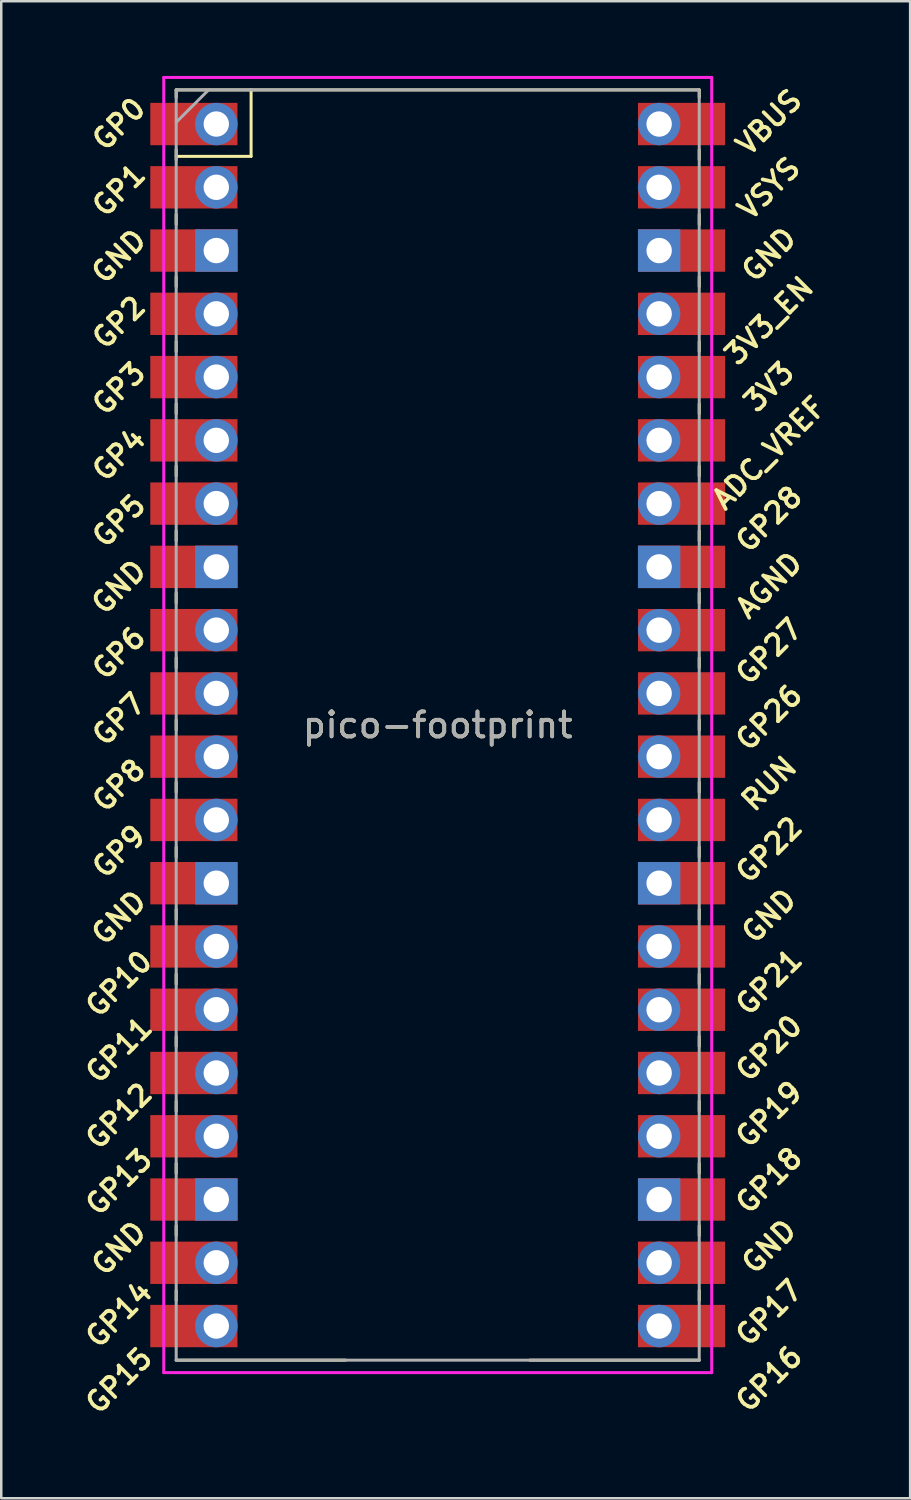
<source format=kicad_pcb>
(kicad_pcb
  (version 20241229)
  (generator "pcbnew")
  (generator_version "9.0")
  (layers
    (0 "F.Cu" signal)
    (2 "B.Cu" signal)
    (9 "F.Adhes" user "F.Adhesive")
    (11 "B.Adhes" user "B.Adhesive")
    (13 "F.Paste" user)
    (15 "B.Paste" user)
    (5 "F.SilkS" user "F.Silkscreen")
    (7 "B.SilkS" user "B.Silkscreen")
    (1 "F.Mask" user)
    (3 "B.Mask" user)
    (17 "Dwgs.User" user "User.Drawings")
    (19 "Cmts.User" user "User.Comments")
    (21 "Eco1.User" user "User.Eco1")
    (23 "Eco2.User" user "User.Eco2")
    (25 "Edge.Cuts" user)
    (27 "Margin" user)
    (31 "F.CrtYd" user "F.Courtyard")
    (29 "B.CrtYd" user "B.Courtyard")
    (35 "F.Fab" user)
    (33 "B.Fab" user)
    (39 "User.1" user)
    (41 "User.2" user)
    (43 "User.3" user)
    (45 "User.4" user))
  (footprint "pico-footprint"
    (layer "F.Cu")
    (at 14.524 26.06)
    (property "Reference" "pico-footprint" (at 0 0 0) (layer "F.SilkS") (effects (font (size 1 1) (thickness 0.15))))
    (attr through_hole)
    (fp_line (start -10.5 -25.5) (end -10.5 -25.2) (stroke (width 0.12) (type solid)) (layer "F.SilkS"))
    (fp_line (start -10.5 -25.5) (end 10.5 -25.5) (stroke (width 0.12) (type solid)) (layer "F.SilkS"))
    (fp_line (start -10.5 -23.1) (end -10.5 -22.7) (stroke (width 0.12) (type solid)) (layer "F.SilkS"))
    (fp_line (start -10.5 -22.833) (end -7.493 -22.833) (stroke (width 0.12) (type solid)) (layer "F.SilkS"))
    (fp_line (start -10.5 -20.5) (end -10.5 -20.1) (stroke (width 0.12) (type solid)) (layer "F.SilkS"))
    (fp_line (start -10.5 -18) (end -10.5 -17.6) (stroke (width 0.12) (type solid)) (layer "F.SilkS"))
    (fp_line (start -10.5 -15.4) (end -10.5 -15) (stroke (width 0.12) (type solid)) (layer "F.SilkS"))
    (fp_line (start -10.5 -12.9) (end -10.5 -12.5) (stroke (width 0.12) (type solid)) (layer "F.SilkS"))
    (fp_line (start -10.5 -10.4) (end -10.5 -10) (stroke (width 0.12) (type solid)) (layer "F.SilkS"))
    (fp_line (start -10.5 -7.8) (end -10.5 -7.4) (stroke (width 0.12) (type solid)) (layer "F.SilkS"))
    (fp_line (start -10.5 -5.3) (end -10.5 -4.9) (stroke (width 0.12) (type solid)) (layer "F.SilkS"))
    (fp_line (start -10.5 -2.7) (end -10.5 -2.3) (stroke (width 0.12) (type solid)) (layer "F.SilkS"))
    (fp_line (start -10.5 -0.2) (end -10.5 0.2) (stroke (width 0.12) (type solid)) (layer "F.SilkS"))
    (fp_line (start -10.5 2.3) (end -10.5 2.7) (stroke (width 0.12) (type solid)) (layer "F.SilkS"))
    (fp_line (start -10.5 4.9) (end -10.5 5.3) (stroke (width 0.12) (type solid)) (layer "F.SilkS"))
    (fp_line (start -10.5 7.4) (end -10.5 7.8) (stroke (width 0.12) (type solid)) (layer "F.SilkS"))
    (fp_line (start -10.5 10) (end -10.5 10.4) (stroke (width 0.12) (type solid)) (layer "F.SilkS"))
    (fp_line (start -10.5 12.5) (end -10.5 12.9) (stroke (width 0.12) (type solid)) (layer "F.SilkS"))
    (fp_line (start -10.5 15.1) (end -10.5 15.5) (stroke (width 0.12) (type solid)) (layer "F.SilkS"))
    (fp_line (start -10.5 17.6) (end -10.5 18) (stroke (width 0.12) (type solid)) (layer "F.SilkS"))
    (fp_line (start -10.5 20.1) (end -10.5 20.5) (stroke (width 0.12) (type solid)) (layer "F.SilkS"))
    (fp_line (start -10.5 22.7) (end -10.5 23.1) (stroke (width 0.12) (type solid)) (layer "F.SilkS"))
    (fp_line (start -7.493 -22.833) (end -7.493 -25.5) (stroke (width 0.12) (type solid)) (layer "F.SilkS"))
    (fp_line (start -3.7 25.5) (end -10.5 25.5) (stroke (width 0.12) (type solid)) (layer "F.SilkS"))
    (fp_line (start 10.5 -25.5) (end 10.5 -25.2) (stroke (width 0.12) (type solid)) (layer "F.SilkS"))
    (fp_line (start 10.5 -23.1) (end 10.5 -22.7) (stroke (width 0.12) (type solid)) (layer "F.SilkS"))
    (fp_line (start 10.5 -20.5) (end 10.5 -20.1) (stroke (width 0.12) (type solid)) (layer "F.SilkS"))
    (fp_line (start 10.5 -18) (end 10.5 -17.6) (stroke (width 0.12) (type solid)) (layer "F.SilkS"))
    (fp_line (start 10.5 -15.4) (end 10.5 -15) (stroke (width 0.12) (type solid)) (layer "F.SilkS"))
    (fp_line (start 10.5 -12.9) (end 10.5 -12.5) (stroke (width 0.12) (type solid)) (layer "F.SilkS"))
    (fp_line (start 10.5 -10.4) (end 10.5 -10) (stroke (width 0.12) (type solid)) (layer "F.SilkS"))
    (fp_line (start 10.5 -7.8) (end 10.5 -7.4) (stroke (width 0.12) (type solid)) (layer "F.SilkS"))
    (fp_line (start 10.5 -5.3) (end 10.5 -4.9) (stroke (width 0.12) (type solid)) (layer "F.SilkS"))
    (fp_line (start 10.5 -2.7) (end 10.5 -2.3) (stroke (width 0.12) (type solid)) (layer "F.SilkS"))
    (fp_line (start 10.5 -0.2) (end 10.5 0.2) (stroke (width 0.12) (type solid)) (layer "F.SilkS"))
    (fp_line (start 10.5 2.3) (end 10.5 2.7) (stroke (width 0.12) (type solid)) (layer "F.SilkS"))
    (fp_line (start 10.5 4.9) (end 10.5 5.3) (stroke (width 0.12) (type solid)) (layer "F.SilkS"))
    (fp_line (start 10.5 7.4) (end 10.5 7.8) (stroke (width 0.12) (type solid)) (layer "F.SilkS"))
    (fp_line (start 10.5 10) (end 10.5 10.4) (stroke (width 0.12) (type solid)) (layer "F.SilkS"))
    (fp_line (start 10.5 12.5) (end 10.5 12.9) (stroke (width 0.12) (type solid)) (layer "F.SilkS"))
    (fp_line (start 10.5 15.1) (end 10.5 15.5) (stroke (width 0.12) (type solid)) (layer "F.SilkS"))
    (fp_line (start 10.5 17.6) (end 10.5 18) (stroke (width 0.12) (type solid)) (layer "F.SilkS"))
    (fp_line (start 10.5 20.1) (end 10.5 20.5) (stroke (width 0.12) (type solid)) (layer "F.SilkS"))
    (fp_line (start 10.5 22.7) (end 10.5 23.1) (stroke (width 0.12) (type solid)) (layer "F.SilkS"))
    (fp_line (start 10.5 25.5) (end 3.7 25.5) (stroke (width 0.12) (type solid)) (layer "F.SilkS"))
    (fp_line (start -11 -26) (end 11 -26) (stroke (width 0.12) (type solid)) (layer "F.CrtYd"))
    (fp_line (start -11 26) (end -11 -26) (stroke (width 0.12) (type solid)) (layer "F.CrtYd"))
    (fp_line (start 11 -26) (end 11 26) (stroke (width 0.12) (type solid)) (layer "F.CrtYd"))
    (fp_line (start 11 26) (end -11 26) (stroke (width 0.12) (type solid)) (layer "F.CrtYd"))
    (fp_line (start -10.5 -25.5) (end 10.5 -25.5) (stroke (width 0.12) (type solid)) (layer "F.Fab"))
    (fp_line (start -10.5 -24.2) (end -9.2 -25.5) (stroke (width 0.12) (type solid)) (layer "F.Fab"))
    (fp_line (start -10.5 25.5) (end -10.5 -25.5) (stroke (width 0.12) (type solid)) (layer "F.Fab"))
    (fp_line (start 10.5 -25.5) (end 10.5 25.5) (stroke (width 0.12) (type solid)) (layer "F.Fab"))
    (fp_line (start 10.5 25.5) (end -10.5 25.5) (stroke (width 0.12) (type solid)) (layer "F.Fab"))
    (fp_text user "GP26" (at 13.3 -0.303 45) (layer "F.SilkS") (effects (font (size 0.8 0.8) (thickness 0.15))))
    (fp_text user "GND" (at 13.3 20.939 45) (layer "F.SilkS") (effects (font (size 0.8 0.8) (thickness 0.15))))
    (fp_text user "RUN" (at 13.3 2.353 45) (layer "F.SilkS") (effects (font (size 0.8 0.8) (thickness 0.15))))
    (fp_text user "GND" (at 13.3 -18.889 45) (layer "F.SilkS") (effects (font (size 0.8 0.8) (thickness 0.15))))
    (fp_text user "3V3_EN" (at 13.3 -16.234 45) (layer "F.SilkS") (effects (font (size 0.8 0.8) (thickness 0.15))))
    (fp_text user "GP9" (at -12.8 5.078 45) (layer "F.SilkS") (effects (font (size 0.8 0.8) (thickness 0.15))))
    (fp_text user "GP14" (at -12.8 23.665 45) (layer "F.SilkS") (effects (font (size 0.8 0.8) (thickness 0.15))))
    (fp_text user "GP18" (at 13.3 18.284 45) (layer "F.SilkS") (effects (font (size 0.8 0.8) (thickness 0.15))))
    (fp_text user "GP28" (at 13.3 -8.268 45) (layer "F.SilkS") (effects (font (size 0.8 0.8) (thickness 0.15))))
    (fp_text user "3V3" (at 13.3 -13.579 45) (layer "F.SilkS") (effects (font (size 0.8 0.8) (thickness 0.15))))
    (fp_text user "GND" (at -12.8 7.733 45) (layer "F.SilkS") (effects (font (size 0.8 0.8) (thickness 0.15))))
    (fp_text user "GP2" (at -12.8 -16.164 45) (layer "F.SilkS") (effects (font (size 0.8 0.8) (thickness 0.15))))
    (fp_text user "GP4" (at -12.8 -10.854 45) (layer "F.SilkS") (effects (font (size 0.8 0.8) (thickness 0.15))))
    (fp_text user "GP12" (at -12.8 15.699 45) (layer "F.SilkS") (effects (font (size 0.8 0.8) (thickness 0.15))))
    (fp_text user "GP17" (at 13.3 23.595 45) (layer "F.SilkS") (effects (font (size 0.8 0.8) (thickness 0.15))))
    (fp_text user "GP10" (at -12.8 10.388 45) (layer "F.SilkS") (effects (font (size 0.8 0.8) (thickness 0.15))))
    (fp_text user "GP5" (at -12.8 -8.198 45) (layer "F.SilkS") (effects (font (size 0.8 0.8) (thickness 0.15))))
    (fp_text user "GP22" (at 13.3 5.008 45) (layer "F.SilkS") (effects (font (size 0.8 0.8) (thickness 0.15))))
    (fp_text user "GP8" (at -12.8 2.423 45) (layer "F.SilkS") (effects (font (size 0.8 0.8) (thickness 0.15))))
    (fp_text user "GP13" (at -12.8 18.354 45) (layer "F.SilkS") (effects (font (size 0.8 0.8) (thickness 0.15))))
    (fp_text user "VBUS" (at 13.3 -24.2 45) (layer "F.SilkS") (effects (font (size 0.8 0.8) (thickness 0.15))))
    (fp_text user "GND" (at -12.8 21.009 45) (layer "F.SilkS") (effects (font (size 0.8 0.8) (thickness 0.15))))
    (fp_text user "GP3" (at -12.8 -13.509 45) (layer "F.SilkS") (effects (font (size 0.8 0.8) (thickness 0.15))))
    (fp_text user "GP21" (at 13.3 10.318 45) (layer "F.SilkS") (effects (font (size 0.8 0.8) (thickness 0.15))))
    (fp_text user "VSYS" (at 13.3 -21.545 45) (layer "F.SilkS") (effects (font (size 0.8 0.8) (thickness 0.15))))
    (fp_text user "GP6" (at -12.8 -2.888 45) (layer "F.SilkS") (effects (font (size 0.8 0.8) (thickness 0.15))))
    (fp_text user "GND" (at 13.3 7.663 45) (layer "F.SilkS") (effects (font (size 0.8 0.8) (thickness 0.15))))
    (fp_text user "GP1" (at -12.8 -21.475 45) (layer "F.SilkS") (effects (font (size 0.8 0.8) (thickness 0.15))))
    (fp_text user "GP15" (at -12.8 26.32 45) (layer "F.SilkS") (effects (font (size 0.8 0.8) (thickness 0.15))))
    (fp_text user "GP7" (at -12.8 -0.233 45) (layer "F.SilkS") (effects (font (size 0.8 0.8) (thickness 0.15))))
    (fp_text user "GP20" (at 13.3 12.974 45) (layer "F.SilkS") (effects (font (size 0.8 0.8) (thickness 0.15))))
    (fp_text user "ADC_VREF" (at 13.3 -10.924 45) (layer "F.SilkS") (effects (font (size 0.8 0.8) (thickness 0.15))))
    (fp_text user "GP19" (at 13.3 15.629 45) (layer "F.SilkS") (effects (font (size 0.8 0.8) (thickness 0.15))))
    (fp_text user "GP11" (at -12.8 13.044 45) (layer "F.SilkS") (effects (font (size 0.8 0.8) (thickness 0.15))))
    (fp_text user "GP27" (at 13.3 -2.958 45) (layer "F.SilkS") (effects (font (size 0.8 0.8) (thickness 0.15))))
    (fp_text user "GP0" (at -12.8 -24.13 45) (layer "F.SilkS") (effects (font (size 0.8 0.8) (thickness 0.15))))
    (fp_text user "AGND" (at 13.3 -5.613 45) (layer "F.SilkS") (effects (font (size 0.8 0.8) (thickness 0.15))))
    (fp_text user "GND" (at -12.8 -5.543 45) (layer "F.SilkS") (effects (font (size 0.8 0.8) (thickness 0.15))))
    (fp_text user "GND" (at -12.8 -18.819 45) (layer "F.SilkS") (effects (font (size 0.8 0.8) (thickness 0.15))))
    (fp_text user "GP16" (at 13.3 26.25 45) (layer "F.SilkS") (effects (font (size 0.8 0.8) (thickness 0.15))))
    (fp_text user "${REFERENCE}" (at 0 0 180) (layer "F.Fab") (effects (font (size 1 1) (thickness 0.15))))
    (pad "1" thru_hole oval (at -8.89 -24.13) (size 1.7 1.7) (drill 1.02) (layers "*.Cu" "*.Mask"))
    (pad "1" smd rect (at -8.89 -24.13) (size 3.5 1.7) (drill (offset -0.9 0)) (layers "F.Cu" "F.Mask"))
    (pad "2" thru_hole oval (at -8.89 -21.59) (size 1.7 1.7) (drill 1.02) (layers "*.Cu" "*.Mask"))
    (pad "2" smd rect (at -8.89 -21.59) (size 3.5 1.7) (drill (offset -0.9 0)) (layers "F.Cu" "F.Mask"))
    (pad "3" thru_hole rect (at -8.89 -19.05) (size 1.7 1.7) (drill 1.02) (layers "*.Cu" "*.Mask"))
    (pad "3" smd rect (at -8.89 -19.05) (size 3.5 1.7) (drill (offset -0.9 0)) (layers "F.Cu" "F.Mask"))
    (pad "4" thru_hole oval (at -8.89 -16.51) (size 1.7 1.7) (drill 1.02) (layers "*.Cu" "*.Mask"))
    (pad "4" smd rect (at -8.89 -16.51) (size 3.5 1.7) (drill (offset -0.9 0)) (layers "F.Cu" "F.Mask"))
    (pad "5" thru_hole oval (at -8.89 -13.97) (size 1.7 1.7) (drill 1.02) (layers "*.Cu" "*.Mask"))
    (pad "5" smd rect (at -8.89 -13.97) (size 3.5 1.7) (drill (offset -0.9 0)) (layers "F.Cu" "F.Mask"))
    (pad "6" thru_hole oval (at -8.89 -11.43) (size 1.7 1.7) (drill 1.02) (layers "*.Cu" "*.Mask"))
    (pad "6" smd rect (at -8.89 -11.43) (size 3.5 1.7) (drill (offset -0.9 0)) (layers "F.Cu" "F.Mask"))
    (pad "7" thru_hole oval (at -8.89 -8.89) (size 1.7 1.7) (drill 1.02) (layers "*.Cu" "*.Mask"))
    (pad "7" smd rect (at -8.89 -8.89) (size 3.5 1.7) (drill (offset -0.9 0)) (layers "F.Cu" "F.Mask"))
    (pad "8" thru_hole rect (at -8.89 -6.35) (size 1.7 1.7) (drill 1.02) (layers "*.Cu" "*.Mask"))
    (pad "8" smd rect (at -8.89 -6.35) (size 3.5 1.7) (drill (offset -0.9 0)) (layers "F.Cu" "F.Mask"))
    (pad "9" thru_hole oval (at -8.89 -3.81) (size 1.7 1.7) (drill 1.02) (layers "*.Cu" "*.Mask"))
    (pad "9" smd rect (at -8.89 -3.81) (size 3.5 1.7) (drill (offset -0.9 0)) (layers "F.Cu" "F.Mask"))
    (pad "10" thru_hole oval (at -8.89 -1.27) (size 1.7 1.7) (drill 1.02) (layers "*.Cu" "*.Mask"))
    (pad "10" smd rect (at -8.89 -1.27) (size 3.5 1.7) (drill (offset -0.9 0)) (layers "F.Cu" "F.Mask"))
    (pad "11" thru_hole oval (at -8.89 1.27) (size 1.7 1.7) (drill 1.02) (layers "*.Cu" "*.Mask"))
    (pad "11" smd rect (at -8.89 1.27) (size 3.5 1.7) (drill (offset -0.9 0)) (layers "F.Cu" "F.Mask"))
    (pad "12" thru_hole oval (at -8.89 3.81) (size 1.7 1.7) (drill 1.02) (layers "*.Cu" "*.Mask"))
    (pad "12" smd rect (at -8.89 3.81) (size 3.5 1.7) (drill (offset -0.9 0)) (layers "F.Cu" "F.Mask"))
    (pad "13" thru_hole rect (at -8.89 6.35) (size 1.7 1.7) (drill 1.02) (layers "*.Cu" "*.Mask"))
    (pad "13" smd rect (at -8.89 6.35) (size 3.5 1.7) (drill (offset -0.9 0)) (layers "F.Cu" "F.Mask"))
    (pad "14" thru_hole oval (at -8.89 8.89) (size 1.7 1.7) (drill 1.02) (layers "*.Cu" "*.Mask"))
    (pad "14" smd rect (at -8.89 8.89) (size 3.5 1.7) (drill (offset -0.9 0)) (layers "F.Cu" "F.Mask"))
    (pad "15" thru_hole oval (at -8.89 11.43) (size 1.7 1.7) (drill 1.02) (layers "*.Cu" "*.Mask"))
    (pad "15" smd rect (at -8.89 11.43) (size 3.5 1.7) (drill (offset -0.9 0)) (layers "F.Cu" "F.Mask"))
    (pad "16" thru_hole oval (at -8.89 13.97) (size 1.7 1.7) (drill 1.02) (layers "*.Cu" "*.Mask"))
    (pad "16" smd rect (at -8.89 13.97) (size 3.5 1.7) (drill (offset -0.9 0)) (layers "F.Cu" "F.Mask"))
    (pad "17" thru_hole oval (at -8.89 16.51) (size 1.7 1.7) (drill 1.02) (layers "*.Cu" "*.Mask"))
    (pad "17" smd rect (at -8.89 16.51) (size 3.5 1.7) (drill (offset -0.9 0)) (layers "F.Cu" "F.Mask"))
    (pad "18" thru_hole rect (at -8.89 19.05) (size 1.7 1.7) (drill 1.02) (layers "*.Cu" "*.Mask"))
    (pad "18" smd rect (at -8.89 19.05) (size 3.5 1.7) (drill (offset -0.9 0)) (layers "F.Cu" "F.Mask"))
    (pad "19" thru_hole oval (at -8.89 21.59) (size 1.7 1.7) (drill 1.02) (layers "*.Cu" "*.Mask"))
    (pad "19" smd rect (at -8.89 21.59) (size 3.5 1.7) (drill (offset -0.9 0)) (layers "F.Cu" "F.Mask"))
    (pad "20" thru_hole oval (at -8.89 24.13) (size 1.7 1.7) (drill 1.02) (layers "*.Cu" "*.Mask"))
    (pad "20" smd rect (at -8.89 24.13) (size 3.5 1.7) (drill (offset -0.9 0)) (layers "F.Cu" "F.Mask"))
    (pad "21" thru_hole oval (at 8.89 24.13) (size 1.7 1.7) (drill 1.02) (layers "*.Cu" "*.Mask"))
    (pad "21" smd rect (at 8.89 24.13) (size 3.5 1.7) (drill (offset 0.9 0)) (layers "F.Cu" "F.Mask"))
    (pad "22" thru_hole oval (at 8.89 21.59) (size 1.7 1.7) (drill 1.02) (layers "*.Cu" "*.Mask"))
    (pad "22" smd rect (at 8.89 21.59) (size 3.5 1.7) (drill (offset 0.9 0)) (layers "F.Cu" "F.Mask"))
    (pad "23" thru_hole rect (at 8.89 19.05) (size 1.7 1.7) (drill 1.02) (layers "*.Cu" "*.Mask"))
    (pad "23" smd rect (at 8.89 19.05) (size 3.5 1.7) (drill (offset 0.9 0)) (layers "F.Cu" "F.Mask"))
    (pad "24" thru_hole oval (at 8.89 16.51) (size 1.7 1.7) (drill 1.02) (layers "*.Cu" "*.Mask"))
    (pad "24" smd rect (at 8.89 16.51) (size 3.5 1.7) (drill (offset 0.9 0)) (layers "F.Cu" "F.Mask"))
    (pad "25" thru_hole oval (at 8.89 13.97) (size 1.7 1.7) (drill 1.02) (layers "*.Cu" "*.Mask"))
    (pad "25" smd rect (at 8.89 13.97) (size 3.5 1.7) (drill (offset 0.9 0)) (layers "F.Cu" "F.Mask"))
    (pad "26" thru_hole oval (at 8.89 11.43) (size 1.7 1.7) (drill 1.02) (layers "*.Cu" "*.Mask"))
    (pad "26" smd rect (at 8.89 11.43) (size 3.5 1.7) (drill (offset 0.9 0)) (layers "F.Cu" "F.Mask"))
    (pad "27" thru_hole oval (at 8.89 8.89) (size 1.7 1.7) (drill 1.02) (layers "*.Cu" "*.Mask"))
    (pad "27" smd rect (at 8.89 8.89) (size 3.5 1.7) (drill (offset 0.9 0)) (layers "F.Cu" "F.Mask"))
    (pad "28" thru_hole rect (at 8.89 6.35) (size 1.7 1.7) (drill 1.02) (layers "*.Cu" "*.Mask"))
    (pad "28" smd rect (at 8.89 6.35) (size 3.5 1.7) (drill (offset 0.9 0)) (layers "F.Cu" "F.Mask"))
    (pad "29" thru_hole oval (at 8.89 3.81) (size 1.7 1.7) (drill 1.02) (layers "*.Cu" "*.Mask"))
    (pad "29" smd rect (at 8.89 3.81) (size 3.5 1.7) (drill (offset 0.9 0)) (layers "F.Cu" "F.Mask"))
    (pad "30" thru_hole oval (at 8.89 1.27) (size 1.7 1.7) (drill 1.02) (layers "*.Cu" "*.Mask"))
    (pad "30" smd rect (at 8.89 1.27) (size 3.5 1.7) (drill (offset 0.9 0)) (layers "F.Cu" "F.Mask"))
    (pad "31" thru_hole oval (at 8.89 -1.27) (size 1.7 1.7) (drill 1.02) (layers "*.Cu" "*.Mask"))
    (pad "31" smd rect (at 8.89 -1.27) (size 3.5 1.7) (drill (offset 0.9 0)) (layers "F.Cu" "F.Mask"))
    (pad "32" thru_hole oval (at 8.89 -3.81) (size 1.7 1.7) (drill 1.02) (layers "*.Cu" "*.Mask"))
    (pad "32" smd rect (at 8.89 -3.81) (size 3.5 1.7) (drill (offset 0.9 0)) (layers "F.Cu" "F.Mask"))
    (pad "33" thru_hole rect (at 8.89 -6.35) (size 1.7 1.7) (drill 1.02) (layers "*.Cu" "*.Mask"))
    (pad "33" smd rect (at 8.89 -6.35) (size 3.5 1.7) (drill (offset 0.9 0)) (layers "F.Cu" "F.Mask"))
    (pad "34" thru_hole oval (at 8.89 -8.89) (size 1.7 1.7) (drill 1.02) (layers "*.Cu" "*.Mask"))
    (pad "34" smd rect (at 8.89 -8.89) (size 3.5 1.7) (drill (offset 0.9 0)) (layers "F.Cu" "F.Mask"))
    (pad "35" thru_hole oval (at 8.89 -11.43) (size 1.7 1.7) (drill 1.02) (layers "*.Cu" "*.Mask"))
    (pad "35" smd rect (at 8.89 -11.43) (size 3.5 1.7) (drill (offset 0.9 0)) (layers "F.Cu" "F.Mask"))
    (pad "36" thru_hole oval (at 8.89 -13.97) (size 1.7 1.7) (drill 1.02) (layers "*.Cu" "*.Mask"))
    (pad "36" smd rect (at 8.89 -13.97) (size 3.5 1.7) (drill (offset 0.9 0)) (layers "F.Cu" "F.Mask"))
    (pad "37" thru_hole oval (at 8.89 -16.51) (size 1.7 1.7) (drill 1.02) (layers "*.Cu" "*.Mask"))
    (pad "37" smd rect (at 8.89 -16.51) (size 3.5 1.7) (drill (offset 0.9 0)) (layers "F.Cu" "F.Mask"))
    (pad "38" thru_hole rect (at 8.89 -19.05) (size 1.7 1.7) (drill 1.02) (layers "*.Cu" "*.Mask"))
    (pad "38" smd rect (at 8.89 -19.05) (size 3.5 1.7) (drill (offset 0.9 0)) (layers "F.Cu" "F.Mask"))
    (pad "39" thru_hole oval (at 8.89 -21.59) (size 1.7 1.7) (drill 1.02) (layers "*.Cu" "*.Mask"))
    (pad "39" smd rect (at 8.89 -21.59) (size 3.5 1.7) (drill (offset 0.9 0)) (layers "F.Cu" "F.Mask"))
    (pad "40" thru_hole oval (at 8.89 -24.13) (size 1.7 1.7) (drill 1.02) (layers "*.Cu" "*.Mask"))
    (pad "40" smd rect (at 8.89 -24.13) (size 3.5 1.7) (drill (offset 0.9 0)) (layers "F.Cu" "F.Mask")))
  (gr_rect
    (start -3 -3)
    (end 33.491 57.104)
    (stroke (width 0.1) (type default))
    (fill no)
    (layer "Edge.Cuts")))
</source>
